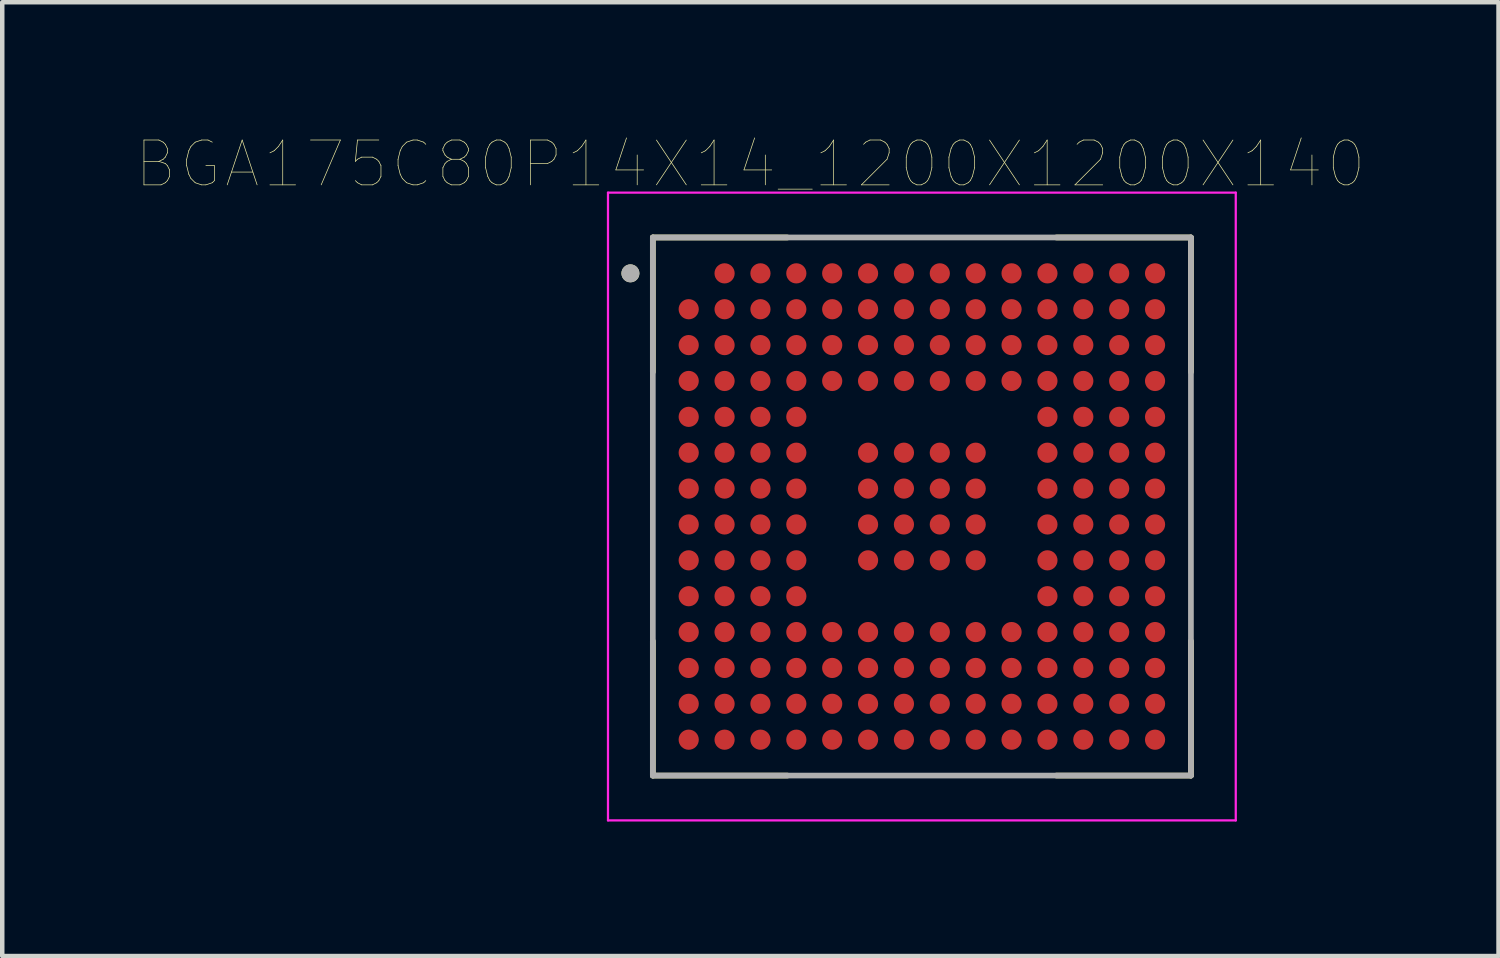
<source format=kicad_pcb>
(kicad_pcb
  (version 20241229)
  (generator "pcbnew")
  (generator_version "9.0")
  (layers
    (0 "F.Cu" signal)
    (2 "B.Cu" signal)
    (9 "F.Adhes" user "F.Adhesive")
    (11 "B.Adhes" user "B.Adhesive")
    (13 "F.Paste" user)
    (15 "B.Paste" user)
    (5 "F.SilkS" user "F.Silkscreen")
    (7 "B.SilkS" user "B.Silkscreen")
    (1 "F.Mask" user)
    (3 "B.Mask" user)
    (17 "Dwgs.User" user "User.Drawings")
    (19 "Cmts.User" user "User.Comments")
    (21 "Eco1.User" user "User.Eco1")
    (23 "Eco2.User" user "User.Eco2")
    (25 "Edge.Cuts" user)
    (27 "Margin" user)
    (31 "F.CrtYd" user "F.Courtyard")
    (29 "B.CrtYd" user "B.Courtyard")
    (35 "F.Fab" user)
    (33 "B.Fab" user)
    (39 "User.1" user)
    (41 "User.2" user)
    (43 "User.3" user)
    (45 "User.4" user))
  (footprint "BGA175C80P14X14_1200X1200X140"
    (layer "F.Cu")
    (at 17.509 8.246)
    (property "Reference" "BGA175C80P14X14_1200X1200X140" (at -3.825 -7.635 0) (layer "F.SilkS") (effects (font (size 1 1) (thickness 0.015))))
    (attr through_hole)
    (fp_line (start -6 -6) (end -6 -3) (stroke (width 0.127) (type solid)) (layer "F.SilkS"))
    (fp_line (start -6 -6) (end -3 -6) (stroke (width 0.127) (type solid)) (layer "F.SilkS"))
    (fp_line (start -6 6) (end -6 3) (stroke (width 0.127) (type solid)) (layer "F.SilkS"))
    (fp_line (start -6 6) (end -3 6) (stroke (width 0.127) (type solid)) (layer "F.SilkS"))
    (fp_line (start 6 -6) (end 3 -6) (stroke (width 0.127) (type solid)) (layer "F.SilkS"))
    (fp_line (start 6 -6) (end 6 -3) (stroke (width 0.127) (type solid)) (layer "F.SilkS"))
    (fp_line (start 6 6) (end 3 6) (stroke (width 0.127) (type solid)) (layer "F.SilkS"))
    (fp_line (start 6 6) (end 6 3) (stroke (width 0.127) (type solid)) (layer "F.SilkS"))
    (fp_circle (center -6.5 -5.2) (end -6.4 -5.2) (stroke (width 0.2) (type solid)) (fill no) (layer "F.SilkS"))
    (fp_line (start -7 -7) (end 7 -7) (stroke (width 0.05) (type solid)) (layer "F.CrtYd"))
    (fp_line (start -7 7) (end -7 -7) (stroke (width 0.05) (type solid)) (layer "F.CrtYd"))
    (fp_line (start -7 7) (end 7 7) (stroke (width 0.05) (type solid)) (layer "F.CrtYd"))
    (fp_line (start 7 7) (end 7 -7) (stroke (width 0.05) (type solid)) (layer "F.CrtYd"))
    (fp_line (start -6 6) (end -6 -6) (stroke (width 0.127) (type solid)) (layer "F.Fab"))
    (fp_line (start 6 -6) (end -6 -6) (stroke (width 0.127) (type solid)) (layer "F.Fab"))
    (fp_line (start 6 6) (end -6 6) (stroke (width 0.127) (type solid)) (layer "F.Fab"))
    (fp_line (start 6 6) (end 6 -6) (stroke (width 0.127) (type solid)) (layer "F.Fab"))
    (fp_circle (center -6.5 -5.2) (end -6.4 -5.2) (stroke (width 0.2) (type solid)) (fill no) (layer "F.Fab"))
    (pad "A2" smd circle (at -4.4 -5.2) (size 0.45 0.45) (layers "F.Cu" "F.Mask" "F.Paste"))
    (pad "A3" smd circle (at -3.6 -5.2) (size 0.45 0.45) (layers "F.Cu" "F.Mask" "F.Paste"))
    (pad "A4" smd circle (at -2.8 -5.2) (size 0.45 0.45) (layers "F.Cu" "F.Mask" "F.Paste"))
    (pad "A5" smd circle (at -2 -5.2) (size 0.45 0.45) (layers "F.Cu" "F.Mask" "F.Paste"))
    (pad "A6" smd circle (at -1.2 -5.2) (size 0.45 0.45) (layers "F.Cu" "F.Mask" "F.Paste"))
    (pad "A7" smd circle (at -0.4 -5.2) (size 0.45 0.45) (layers "F.Cu" "F.Mask" "F.Paste"))
    (pad "A8" smd circle (at 0.4 -5.2) (size 0.45 0.45) (layers "F.Cu" "F.Mask" "F.Paste"))
    (pad "A9" smd circle (at 1.2 -5.2) (size 0.45 0.45) (layers "F.Cu" "F.Mask" "F.Paste"))
    (pad "A10" smd circle (at 2 -5.2) (size 0.45 0.45) (layers "F.Cu" "F.Mask" "F.Paste"))
    (pad "A11" smd circle (at 2.8 -5.2) (size 0.45 0.45) (layers "F.Cu" "F.Mask" "F.Paste"))
    (pad "A12" smd circle (at 3.6 -5.2) (size 0.45 0.45) (layers "F.Cu" "F.Mask" "F.Paste"))
    (pad "A13" smd circle (at 4.4 -5.2) (size 0.45 0.45) (layers "F.Cu" "F.Mask" "F.Paste"))
    (pad "A14" smd circle (at 5.2 -5.2) (size 0.45 0.45) (layers "F.Cu" "F.Mask" "F.Paste"))
    (pad "B1" smd circle (at -5.2 -4.4) (size 0.45 0.45) (layers "F.Cu" "F.Mask" "F.Paste"))
    (pad "B2" smd circle (at -4.4 -4.4) (size 0.45 0.45) (layers "F.Cu" "F.Mask" "F.Paste"))
    (pad "B3" smd circle (at -3.6 -4.4) (size 0.45 0.45) (layers "F.Cu" "F.Mask" "F.Paste"))
    (pad "B4" smd circle (at -2.8 -4.4) (size 0.45 0.45) (layers "F.Cu" "F.Mask" "F.Paste"))
    (pad "B5" smd circle (at -2 -4.4) (size 0.45 0.45) (layers "F.Cu" "F.Mask" "F.Paste"))
    (pad "B6" smd circle (at -1.2 -4.4) (size 0.45 0.45) (layers "F.Cu" "F.Mask" "F.Paste"))
    (pad "B7" smd circle (at -0.4 -4.4) (size 0.45 0.45) (layers "F.Cu" "F.Mask" "F.Paste"))
    (pad "B8" smd circle (at 0.4 -4.4) (size 0.45 0.45) (layers "F.Cu" "F.Mask" "F.Paste"))
    (pad "B9" smd circle (at 1.2 -4.4) (size 0.45 0.45) (layers "F.Cu" "F.Mask" "F.Paste"))
    (pad "B10" smd circle (at 2 -4.4) (size 0.45 0.45) (layers "F.Cu" "F.Mask" "F.Paste"))
    (pad "B11" smd circle (at 2.8 -4.4) (size 0.45 0.45) (layers "F.Cu" "F.Mask" "F.Paste"))
    (pad "B12" smd circle (at 3.6 -4.4) (size 0.45 0.45) (layers "F.Cu" "F.Mask" "F.Paste"))
    (pad "B13" smd circle (at 4.4 -4.4) (size 0.45 0.45) (layers "F.Cu" "F.Mask" "F.Paste"))
    (pad "B14" smd circle (at 5.2 -4.4) (size 0.45 0.45) (layers "F.Cu" "F.Mask" "F.Paste"))
    (pad "C1" smd circle (at -5.2 -3.6) (size 0.45 0.45) (layers "F.Cu" "F.Mask" "F.Paste"))
    (pad "C2" smd circle (at -4.4 -3.6) (size 0.45 0.45) (layers "F.Cu" "F.Mask" "F.Paste"))
    (pad "C3" smd circle (at -3.6 -3.6) (size 0.45 0.45) (layers "F.Cu" "F.Mask" "F.Paste"))
    (pad "C4" smd circle (at -2.8 -3.6) (size 0.45 0.45) (layers "F.Cu" "F.Mask" "F.Paste"))
    (pad "C5" smd circle (at -2 -3.6) (size 0.45 0.45) (layers "F.Cu" "F.Mask" "F.Paste"))
    (pad "C6" smd circle (at -1.2 -3.6) (size 0.45 0.45) (layers "F.Cu" "F.Mask" "F.Paste"))
    (pad "C7" smd circle (at -0.4 -3.6) (size 0.45 0.45) (layers "F.Cu" "F.Mask" "F.Paste"))
    (pad "C8" smd circle (at 0.4 -3.6) (size 0.45 0.45) (layers "F.Cu" "F.Mask" "F.Paste"))
    (pad "C9" smd circle (at 1.2 -3.6) (size 0.45 0.45) (layers "F.Cu" "F.Mask" "F.Paste"))
    (pad "C10" smd circle (at 2 -3.6) (size 0.45 0.45) (layers "F.Cu" "F.Mask" "F.Paste"))
    (pad "C11" smd circle (at 2.8 -3.6) (size 0.45 0.45) (layers "F.Cu" "F.Mask" "F.Paste"))
    (pad "C12" smd circle (at 3.6 -3.6) (size 0.45 0.45) (layers "F.Cu" "F.Mask" "F.Paste"))
    (pad "C13" smd circle (at 4.4 -3.6) (size 0.45 0.45) (layers "F.Cu" "F.Mask" "F.Paste"))
    (pad "C14" smd circle (at 5.2 -3.6) (size 0.45 0.45) (layers "F.Cu" "F.Mask" "F.Paste"))
    (pad "D1" smd circle (at -5.2 -2.8) (size 0.45 0.45) (layers "F.Cu" "F.Mask" "F.Paste"))
    (pad "D2" smd circle (at -4.4 -2.8) (size 0.45 0.45) (layers "F.Cu" "F.Mask" "F.Paste"))
    (pad "D3" smd circle (at -3.6 -2.8) (size 0.45 0.45) (layers "F.Cu" "F.Mask" "F.Paste"))
    (pad "D4" smd circle (at -2.8 -2.8) (size 0.45 0.45) (layers "F.Cu" "F.Mask" "F.Paste"))
    (pad "D5" smd circle (at -2 -2.8) (size 0.45 0.45) (layers "F.Cu" "F.Mask" "F.Paste"))
    (pad "D6" smd circle (at -1.2 -2.8) (size 0.45 0.45) (layers "F.Cu" "F.Mask" "F.Paste"))
    (pad "D7" smd circle (at -0.4 -2.8) (size 0.45 0.45) (layers "F.Cu" "F.Mask" "F.Paste"))
    (pad "D8" smd circle (at 0.4 -2.8) (size 0.45 0.45) (layers "F.Cu" "F.Mask" "F.Paste"))
    (pad "D9" smd circle (at 1.2 -2.8) (size 0.45 0.45) (layers "F.Cu" "F.Mask" "F.Paste"))
    (pad "D10" smd circle (at 2 -2.8) (size 0.45 0.45) (layers "F.Cu" "F.Mask" "F.Paste"))
    (pad "D11" smd circle (at 2.8 -2.8) (size 0.45 0.45) (layers "F.Cu" "F.Mask" "F.Paste"))
    (pad "D12" smd circle (at 3.6 -2.8) (size 0.45 0.45) (layers "F.Cu" "F.Mask" "F.Paste"))
    (pad "D13" smd circle (at 4.4 -2.8) (size 0.45 0.45) (layers "F.Cu" "F.Mask" "F.Paste"))
    (pad "D14" smd circle (at 5.2 -2.8) (size 0.45 0.45) (layers "F.Cu" "F.Mask" "F.Paste"))
    (pad "E1" smd circle (at -5.2 -2) (size 0.45 0.45) (layers "F.Cu" "F.Mask" "F.Paste"))
    (pad "E2" smd circle (at -4.4 -2) (size 0.45 0.45) (layers "F.Cu" "F.Mask" "F.Paste"))
    (pad "E3" smd circle (at -3.6 -2) (size 0.45 0.45) (layers "F.Cu" "F.Mask" "F.Paste"))
    (pad "E4" smd circle (at -2.8 -2) (size 0.45 0.45) (layers "F.Cu" "F.Mask" "F.Paste"))
    (pad "E11" smd circle (at 2.8 -2) (size 0.45 0.45) (layers "F.Cu" "F.Mask" "F.Paste"))
    (pad "E12" smd circle (at 3.6 -2) (size 0.45 0.45) (layers "F.Cu" "F.Mask" "F.Paste"))
    (pad "E13" smd circle (at 4.4 -2) (size 0.45 0.45) (layers "F.Cu" "F.Mask" "F.Paste"))
    (pad "E14" smd circle (at 5.2 -2) (size 0.45 0.45) (layers "F.Cu" "F.Mask" "F.Paste"))
    (pad "F1" smd circle (at -5.2 -1.2) (size 0.45 0.45) (layers "F.Cu" "F.Mask" "F.Paste"))
    (pad "F2" smd circle (at -4.4 -1.2) (size 0.45 0.45) (layers "F.Cu" "F.Mask" "F.Paste"))
    (pad "F3" smd circle (at -3.6 -1.2) (size 0.45 0.45) (layers "F.Cu" "F.Mask" "F.Paste"))
    (pad "F4" smd circle (at -2.8 -1.2) (size 0.45 0.45) (layers "F.Cu" "F.Mask" "F.Paste"))
    (pad "F6" smd circle (at -1.2 -1.2) (size 0.45 0.45) (layers "F.Cu" "F.Mask" "F.Paste"))
    (pad "F7" smd circle (at -0.4 -1.2) (size 0.45 0.45) (layers "F.Cu" "F.Mask" "F.Paste"))
    (pad "F8" smd circle (at 0.4 -1.2) (size 0.45 0.45) (layers "F.Cu" "F.Mask" "F.Paste"))
    (pad "F9" smd circle (at 1.2 -1.2) (size 0.45 0.45) (layers "F.Cu" "F.Mask" "F.Paste"))
    (pad "F11" smd circle (at 2.8 -1.2) (size 0.45 0.45) (layers "F.Cu" "F.Mask" "F.Paste"))
    (pad "F12" smd circle (at 3.6 -1.2) (size 0.45 0.45) (layers "F.Cu" "F.Mask" "F.Paste"))
    (pad "F13" smd circle (at 4.4 -1.2) (size 0.45 0.45) (layers "F.Cu" "F.Mask" "F.Paste"))
    (pad "F14" smd circle (at 5.2 -1.2) (size 0.45 0.45) (layers "F.Cu" "F.Mask" "F.Paste"))
    (pad "G1" smd circle (at -5.2 -0.4) (size 0.45 0.45) (layers "F.Cu" "F.Mask" "F.Paste"))
    (pad "G2" smd circle (at -4.4 -0.4) (size 0.45 0.45) (layers "F.Cu" "F.Mask" "F.Paste"))
    (pad "G3" smd circle (at -3.6 -0.4) (size 0.45 0.45) (layers "F.Cu" "F.Mask" "F.Paste"))
    (pad "G4" smd circle (at -2.8 -0.4) (size 0.45 0.45) (layers "F.Cu" "F.Mask" "F.Paste"))
    (pad "G6" smd circle (at -1.2 -0.4) (size 0.45 0.45) (layers "F.Cu" "F.Mask" "F.Paste"))
    (pad "G7" smd circle (at -0.4 -0.4) (size 0.45 0.45) (layers "F.Cu" "F.Mask" "F.Paste"))
    (pad "G8" smd circle (at 0.4 -0.4) (size 0.45 0.45) (layers "F.Cu" "F.Mask" "F.Paste"))
    (pad "G9" smd circle (at 1.2 -0.4) (size 0.45 0.45) (layers "F.Cu" "F.Mask" "F.Paste"))
    (pad "G11" smd circle (at 2.8 -0.4) (size 0.45 0.45) (layers "F.Cu" "F.Mask" "F.Paste"))
    (pad "G12" smd circle (at 3.6 -0.4) (size 0.45 0.45) (layers "F.Cu" "F.Mask" "F.Paste"))
    (pad "G13" smd circle (at 4.4 -0.4) (size 0.45 0.45) (layers "F.Cu" "F.Mask" "F.Paste"))
    (pad "G14" smd circle (at 5.2 -0.4) (size 0.45 0.45) (layers "F.Cu" "F.Mask" "F.Paste"))
    (pad "H1" smd circle (at -5.2 0.4) (size 0.45 0.45) (layers "F.Cu" "F.Mask" "F.Paste"))
    (pad "H2" smd circle (at -4.4 0.4) (size 0.45 0.45) (layers "F.Cu" "F.Mask" "F.Paste"))
    (pad "H3" smd circle (at -3.6 0.4) (size 0.45 0.45) (layers "F.Cu" "F.Mask" "F.Paste"))
    (pad "H4" smd circle (at -2.8 0.4) (size 0.45 0.45) (layers "F.Cu" "F.Mask" "F.Paste"))
    (pad "H6" smd circle (at -1.2 0.4) (size 0.45 0.45) (layers "F.Cu" "F.Mask" "F.Paste"))
    (pad "H7" smd circle (at -0.4 0.4) (size 0.45 0.45) (layers "F.Cu" "F.Mask" "F.Paste"))
    (pad "H8" smd circle (at 0.4 0.4) (size 0.45 0.45) (layers "F.Cu" "F.Mask" "F.Paste"))
    (pad "H9" smd circle (at 1.2 0.4) (size 0.45 0.45) (layers "F.Cu" "F.Mask" "F.Paste"))
    (pad "H11" smd circle (at 2.8 0.4) (size 0.45 0.45) (layers "F.Cu" "F.Mask" "F.Paste"))
    (pad "H12" smd circle (at 3.6 0.4) (size 0.45 0.45) (layers "F.Cu" "F.Mask" "F.Paste"))
    (pad "H13" smd circle (at 4.4 0.4) (size 0.45 0.45) (layers "F.Cu" "F.Mask" "F.Paste"))
    (pad "H14" smd circle (at 5.2 0.4) (size 0.45 0.45) (layers "F.Cu" "F.Mask" "F.Paste"))
    (pad "J1" smd circle (at -5.2 1.2) (size 0.45 0.45) (layers "F.Cu" "F.Mask" "F.Paste"))
    (pad "J2" smd circle (at -4.4 1.2) (size 0.45 0.45) (layers "F.Cu" "F.Mask" "F.Paste"))
    (pad "J3" smd circle (at -3.6 1.2) (size 0.45 0.45) (layers "F.Cu" "F.Mask" "F.Paste"))
    (pad "J4" smd circle (at -2.8 1.2) (size 0.45 0.45) (layers "F.Cu" "F.Mask" "F.Paste"))
    (pad "J6" smd circle (at -1.2 1.2) (size 0.45 0.45) (layers "F.Cu" "F.Mask" "F.Paste"))
    (pad "J7" smd circle (at -0.4 1.2) (size 0.45 0.45) (layers "F.Cu" "F.Mask" "F.Paste"))
    (pad "J8" smd circle (at 0.4 1.2) (size 0.45 0.45) (layers "F.Cu" "F.Mask" "F.Paste"))
    (pad "J9" smd circle (at 1.2 1.2) (size 0.45 0.45) (layers "F.Cu" "F.Mask" "F.Paste"))
    (pad "J11" smd circle (at 2.8 1.2) (size 0.45 0.45) (layers "F.Cu" "F.Mask" "F.Paste"))
    (pad "J12" smd circle (at 3.6 1.2) (size 0.45 0.45) (layers "F.Cu" "F.Mask" "F.Paste"))
    (pad "J13" smd circle (at 4.4 1.2) (size 0.45 0.45) (layers "F.Cu" "F.Mask" "F.Paste"))
    (pad "J14" smd circle (at 5.2 1.2) (size 0.45 0.45) (layers "F.Cu" "F.Mask" "F.Paste"))
    (pad "K1" smd circle (at -5.2 2) (size 0.45 0.45) (layers "F.Cu" "F.Mask" "F.Paste"))
    (pad "K2" smd circle (at -4.4 2) (size 0.45 0.45) (layers "F.Cu" "F.Mask" "F.Paste"))
    (pad "K3" smd circle (at -3.6 2) (size 0.45 0.45) (layers "F.Cu" "F.Mask" "F.Paste"))
    (pad "K4" smd circle (at -2.8 2) (size 0.45 0.45) (layers "F.Cu" "F.Mask" "F.Paste"))
    (pad "K11" smd circle (at 2.8 2) (size 0.45 0.45) (layers "F.Cu" "F.Mask" "F.Paste"))
    (pad "K12" smd circle (at 3.6 2) (size 0.45 0.45) (layers "F.Cu" "F.Mask" "F.Paste"))
    (pad "K13" smd circle (at 4.4 2) (size 0.45 0.45) (layers "F.Cu" "F.Mask" "F.Paste"))
    (pad "K14" smd circle (at 5.2 2) (size 0.45 0.45) (layers "F.Cu" "F.Mask" "F.Paste"))
    (pad "L1" smd circle (at -5.2 2.8) (size 0.45 0.45) (layers "F.Cu" "F.Mask" "F.Paste"))
    (pad "L2" smd circle (at -4.4 2.8) (size 0.45 0.45) (layers "F.Cu" "F.Mask" "F.Paste"))
    (pad "L3" smd circle (at -3.6 2.8) (size 0.45 0.45) (layers "F.Cu" "F.Mask" "F.Paste"))
    (pad "L4" smd circle (at -2.8 2.8) (size 0.45 0.45) (layers "F.Cu" "F.Mask" "F.Paste"))
    (pad "L5" smd circle (at -2 2.8) (size 0.45 0.45) (layers "F.Cu" "F.Mask" "F.Paste"))
    (pad "L6" smd circle (at -1.2 2.8) (size 0.45 0.45) (layers "F.Cu" "F.Mask" "F.Paste"))
    (pad "L7" smd circle (at -0.4 2.8) (size 0.45 0.45) (layers "F.Cu" "F.Mask" "F.Paste"))
    (pad "L8" smd circle (at 0.4 2.8) (size 0.45 0.45) (layers "F.Cu" "F.Mask" "F.Paste"))
    (pad "L9" smd circle (at 1.2 2.8) (size 0.45 0.45) (layers "F.Cu" "F.Mask" "F.Paste"))
    (pad "L10" smd circle (at 2 2.8) (size 0.45 0.45) (layers "F.Cu" "F.Mask" "F.Paste"))
    (pad "L11" smd circle (at 2.8 2.8) (size 0.45 0.45) (layers "F.Cu" "F.Mask" "F.Paste"))
    (pad "L12" smd circle (at 3.6 2.8) (size 0.45 0.45) (layers "F.Cu" "F.Mask" "F.Paste"))
    (pad "L13" smd circle (at 4.4 2.8) (size 0.45 0.45) (layers "F.Cu" "F.Mask" "F.Paste"))
    (pad "L14" smd circle (at 5.2 2.8) (size 0.45 0.45) (layers "F.Cu" "F.Mask" "F.Paste"))
    (pad "M1" smd circle (at -5.2 3.6) (size 0.45 0.45) (layers "F.Cu" "F.Mask" "F.Paste"))
    (pad "M2" smd circle (at -4.4 3.6) (size 0.45 0.45) (layers "F.Cu" "F.Mask" "F.Paste"))
    (pad "M3" smd circle (at -3.6 3.6) (size 0.45 0.45) (layers "F.Cu" "F.Mask" "F.Paste"))
    (pad "M4" smd circle (at -2.8 3.6) (size 0.45 0.45) (layers "F.Cu" "F.Mask" "F.Paste"))
    (pad "M5" smd circle (at -2 3.6) (size 0.45 0.45) (layers "F.Cu" "F.Mask" "F.Paste"))
    (pad "M6" smd circle (at -1.2 3.6) (size 0.45 0.45) (layers "F.Cu" "F.Mask" "F.Paste"))
    (pad "M7" smd circle (at -0.4 3.6) (size 0.45 0.45) (layers "F.Cu" "F.Mask" "F.Paste"))
    (pad "M8" smd circle (at 0.4 3.6) (size 0.45 0.45) (layers "F.Cu" "F.Mask" "F.Paste"))
    (pad "M9" smd circle (at 1.2 3.6) (size 0.45 0.45) (layers "F.Cu" "F.Mask" "F.Paste"))
    (pad "M10" smd circle (at 2 3.6) (size 0.45 0.45) (layers "F.Cu" "F.Mask" "F.Paste"))
    (pad "M11" smd circle (at 2.8 3.6) (size 0.45 0.45) (layers "F.Cu" "F.Mask" "F.Paste"))
    (pad "M12" smd circle (at 3.6 3.6) (size 0.45 0.45) (layers "F.Cu" "F.Mask" "F.Paste"))
    (pad "M13" smd circle (at 4.4 3.6) (size 0.45 0.45) (layers "F.Cu" "F.Mask" "F.Paste"))
    (pad "M14" smd circle (at 5.2 3.6) (size 0.45 0.45) (layers "F.Cu" "F.Mask" "F.Paste"))
    (pad "N1" smd circle (at -5.2 4.4) (size 0.45 0.45) (layers "F.Cu" "F.Mask" "F.Paste"))
    (pad "N2" smd circle (at -4.4 4.4) (size 0.45 0.45) (layers "F.Cu" "F.Mask" "F.Paste"))
    (pad "N3" smd circle (at -3.6 4.4) (size 0.45 0.45) (layers "F.Cu" "F.Mask" "F.Paste"))
    (pad "N4" smd circle (at -2.8 4.4) (size 0.45 0.45) (layers "F.Cu" "F.Mask" "F.Paste"))
    (pad "N5" smd circle (at -2 4.4) (size 0.45 0.45) (layers "F.Cu" "F.Mask" "F.Paste"))
    (pad "N6" smd circle (at -1.2 4.4) (size 0.45 0.45) (layers "F.Cu" "F.Mask" "F.Paste"))
    (pad "N7" smd circle (at -0.4 4.4) (size 0.45 0.45) (layers "F.Cu" "F.Mask" "F.Paste"))
    (pad "N8" smd circle (at 0.4 4.4) (size 0.45 0.45) (layers "F.Cu" "F.Mask" "F.Paste"))
    (pad "N9" smd circle (at 1.2 4.4) (size 0.45 0.45) (layers "F.Cu" "F.Mask" "F.Paste"))
    (pad "N10" smd circle (at 2 4.4) (size 0.45 0.45) (layers "F.Cu" "F.Mask" "F.Paste"))
    (pad "N11" smd circle (at 2.8 4.4) (size 0.45 0.45) (layers "F.Cu" "F.Mask" "F.Paste"))
    (pad "N12" smd circle (at 3.6 4.4) (size 0.45 0.45) (layers "F.Cu" "F.Mask" "F.Paste"))
    (pad "N13" smd circle (at 4.4 4.4) (size 0.45 0.45) (layers "F.Cu" "F.Mask" "F.Paste"))
    (pad "N14" smd circle (at 5.2 4.4) (size 0.45 0.45) (layers "F.Cu" "F.Mask" "F.Paste"))
    (pad "P1" smd circle (at -5.2 5.2) (size 0.45 0.45) (layers "F.Cu" "F.Mask" "F.Paste"))
    (pad "P2" smd circle (at -4.4 5.2) (size 0.45 0.45) (layers "F.Cu" "F.Mask" "F.Paste"))
    (pad "P3" smd circle (at -3.6 5.2) (size 0.45 0.45) (layers "F.Cu" "F.Mask" "F.Paste"))
    (pad "P4" smd circle (at -2.8 5.2) (size 0.45 0.45) (layers "F.Cu" "F.Mask" "F.Paste"))
    (pad "P5" smd circle (at -2 5.2) (size 0.45 0.45) (layers "F.Cu" "F.Mask" "F.Paste"))
    (pad "P6" smd circle (at -1.2 5.2) (size 0.45 0.45) (layers "F.Cu" "F.Mask" "F.Paste"))
    (pad "P7" smd circle (at -0.4 5.2) (size 0.45 0.45) (layers "F.Cu" "F.Mask" "F.Paste"))
    (pad "P8" smd circle (at 0.4 5.2) (size 0.45 0.45) (layers "F.Cu" "F.Mask" "F.Paste"))
    (pad "P9" smd circle (at 1.2 5.2) (size 0.45 0.45) (layers "F.Cu" "F.Mask" "F.Paste"))
    (pad "P10" smd circle (at 2 5.2) (size 0.45 0.45) (layers "F.Cu" "F.Mask" "F.Paste"))
    (pad "P11" smd circle (at 2.8 5.2) (size 0.45 0.45) (layers "F.Cu" "F.Mask" "F.Paste"))
    (pad "P12" smd circle (at 3.6 5.2) (size 0.45 0.45) (layers "F.Cu" "F.Mask" "F.Paste"))
    (pad "P13" smd circle (at 4.4 5.2) (size 0.45 0.45) (layers "F.Cu" "F.Mask" "F.Paste"))
    (pad "P14" smd circle (at 5.2 5.2) (size 0.45 0.45) (layers "F.Cu" "F.Mask" "F.Paste")))
  (gr_rect
    (start -3 -3)
    (end 30.369 18.271)
    (stroke (width 0.1) (type default))
    (fill no)
    (layer "Edge.Cuts")))
</source>
